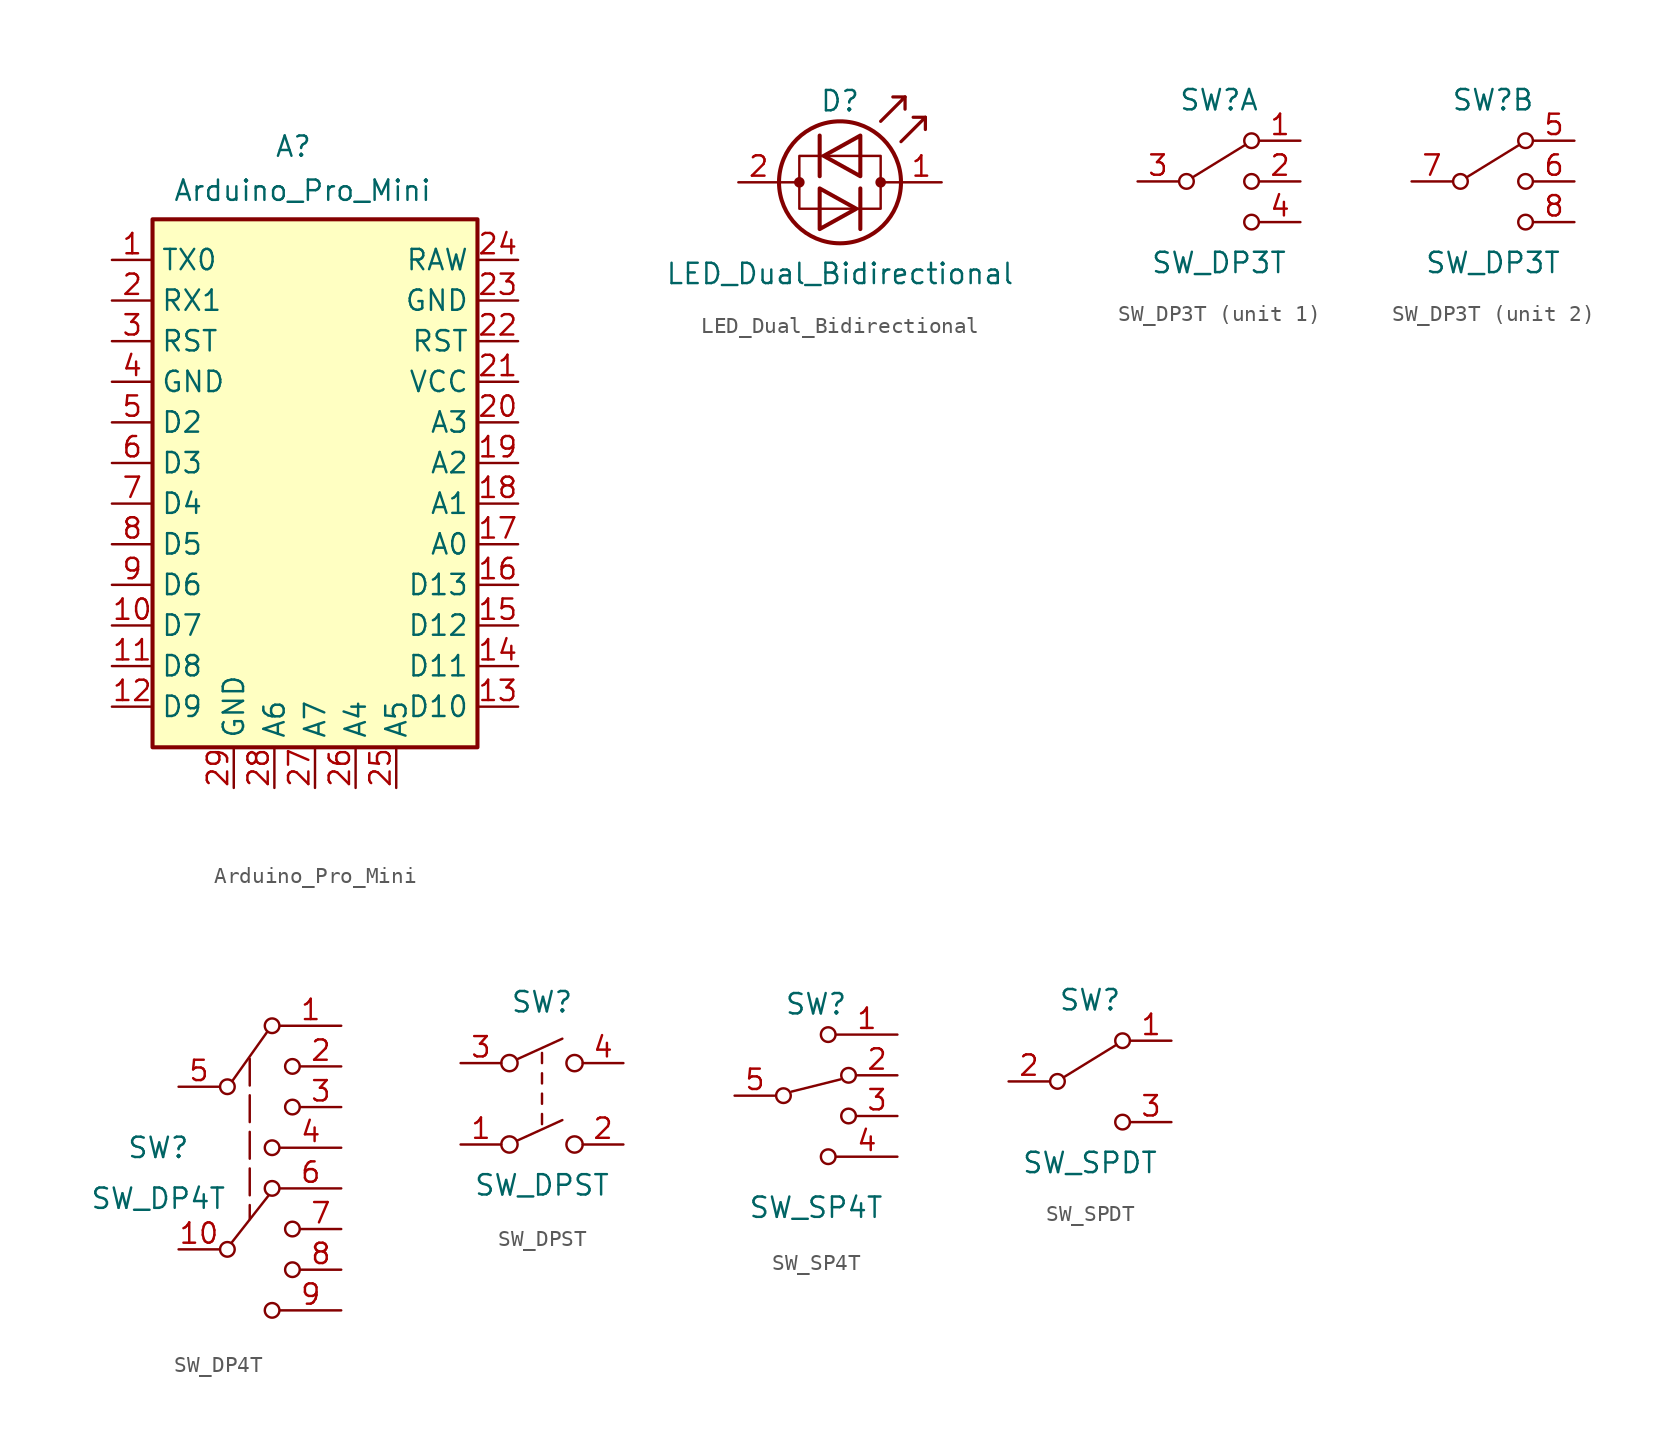
<source format=kicad_sym>
(kicad_symbol_lib
  (version 20220914)
  (generator kicad_symbol_editor)
  (symbol "Arduino_Pro_Mini"
    (property "Reference" "A"
      (at -2.54 21.59 0)
      (effects (font (size 1.27 1.27)) (justify left bottom)))
    (property "Value" "Arduino_Pro_Mini"
      (at -8.89 20.32 0)
      (effects (font (size 1.27 1.27)) (justify left top)))
    (symbol "Arduino_Pro_Mini_0_1"
      (rectangle (start -10.16 17.78) (end 10.16 -15.24) (stroke (width 0.254) (type solid)) (fill (type background))))
    (symbol "Arduino_Pro_Mini_1_1"
      (pin bidirectional line (at -12.7 15.24 0) (length 2.54) (name "TX0" (effects (font (size 1.27 1.27)))) (number "1" (effects (font (size 1.27 1.27)))))
      (pin bidirectional line (at -12.7 -7.62 0) (length 2.54) (name "D7" (effects (font (size 1.27 1.27)))) (number "10" (effects (font (size 1.27 1.27)))))
      (pin bidirectional line (at -12.7 -10.16 0) (length 2.54) (name "D8" (effects (font (size 1.27 1.27)))) (number "11" (effects (font (size 1.27 1.27)))))
      (pin bidirectional line (at -12.7 -12.7 0) (length 2.54) (name "D9" (effects (font (size 1.27 1.27)))) (number "12" (effects (font (size 1.27 1.27)))))
      (pin bidirectional line (at 12.7 -12.7 180) (length 2.54) (name "D10" (effects (font (size 1.27 1.27)))) (number "13" (effects (font (size 1.27 1.27)))))
      (pin bidirectional line (at 12.7 -10.16 180) (length 2.54) (name "D11" (effects (font (size 1.27 1.27)))) (number "14" (effects (font (size 1.27 1.27)))))
      (pin bidirectional line (at 12.7 -7.62 180) (length 2.54) (name "D12" (effects (font (size 1.27 1.27)))) (number "15" (effects (font (size 1.27 1.27)))))
      (pin bidirectional line (at 12.7 -5.08 180) (length 2.54) (name "D13" (effects (font (size 1.27 1.27)))) (number "16" (effects (font (size 1.27 1.27)))))
      (pin bidirectional line (at 12.7 -2.54 180) (length 2.54) (name "A0" (effects (font (size 1.27 1.27)))) (number "17" (effects (font (size 1.27 1.27)))))
      (pin bidirectional line (at 12.7 0 180) (length 2.54) (name "A1" (effects (font (size 1.27 1.27)))) (number "18" (effects (font (size 1.27 1.27)))))
      (pin bidirectional line (at 12.7 2.54 180) (length 2.54) (name "A2" (effects (font (size 1.27 1.27)))) (number "19" (effects (font (size 1.27 1.27)))))
      (pin bidirectional line (at -12.7 12.7 0) (length 2.54) (name "RX1" (effects (font (size 1.27 1.27)))) (number "2" (effects (font (size 1.27 1.27)))))
      (pin bidirectional line (at 12.7 5.08 180) (length 2.54) (name "A3" (effects (font (size 1.27 1.27)))) (number "20" (effects (font (size 1.27 1.27)))))
      (pin power_in line (at 12.7 7.62 180) (length 2.54) (name "VCC" (effects (font (size 1.27 1.27)))) (number "21" (effects (font (size 1.27 1.27)))))
      (pin input line (at 12.7 10.16 180) (length 2.54) (name "RST" (effects (font (size 1.27 1.27)))) (number "22" (effects (font (size 1.27 1.27)))))
      (pin power_in line (at 12.7 12.7 180) (length 2.54) (name "GND" (effects (font (size 1.27 1.27)))) (number "23" (effects (font (size 1.27 1.27)))))
      (pin power_in line (at 12.7 15.24 180) (length 2.54) (name "RAW" (effects (font (size 1.27 1.27)))) (number "24" (effects (font (size 1.27 1.27)))))
      (pin bidirectional line (at 5.08 -17.78 90) (length 2.54) (name "A5" (effects (font (size 1.27 1.27)))) (number "25" (effects (font (size 1.27 1.27)))))
      (pin bidirectional line (at 2.54 -17.78 90) (length 2.54) (name "A4" (effects (font (size 1.27 1.27)))) (number "26" (effects (font (size 1.27 1.27)))))
      (pin bidirectional line (at 0 -17.78 90) (length 2.54) (name "A7" (effects (font (size 1.27 1.27)))) (number "27" (effects (font (size 1.27 1.27)))))
      (pin bidirectional line (at -2.54 -17.78 90) (length 2.54) (name "A6" (effects (font (size 1.27 1.27)))) (number "28" (effects (font (size 1.27 1.27)))))
      (pin power_in line (at -5.08 -17.78 90) (length 2.54) (name "GND" (effects (font (size 1.27 1.27)))) (number "29" (effects (font (size 1.27 1.27)))))
      (pin input line (at -12.7 10.16 0) (length 2.54) (name "RST" (effects (font (size 1.27 1.27)))) (number "3" (effects (font (size 1.27 1.27)))))
      (pin power_in line (at -12.7 7.62 0) (length 2.54) (name "GND" (effects (font (size 1.27 1.27)))) (number "4" (effects (font (size 1.27 1.27)))))
      (pin bidirectional line (at -12.7 5.08 0) (length 2.54) (name "D2" (effects (font (size 1.27 1.27)))) (number "5" (effects (font (size 1.27 1.27)))))
      (pin bidirectional line (at -12.7 2.54 0) (length 2.54) (name "D3" (effects (font (size 1.27 1.27)))) (number "6" (effects (font (size 1.27 1.27)))))
      (pin bidirectional line (at -12.7 0 0) (length 2.54) (name "D4" (effects (font (size 1.27 1.27)))) (number "7" (effects (font (size 1.27 1.27)))))
      (pin bidirectional line (at -12.7 -2.54 0) (length 2.54) (name "D5" (effects (font (size 1.27 1.27)))) (number "8" (effects (font (size 1.27 1.27)))))
      (pin bidirectional line (at -12.7 -5.08 0) (length 2.54) (name "D6" (effects (font (size 1.27 1.27)))) (number "9" (effects (font (size 1.27 1.27)))))))
  (symbol "LED_Dual_Bidirectional"
    (pin_names
      (offset 0) hide)
    (property "Reference" "D"
      (at 0 5.08 0)
      (effects (font (size 1.27 1.27))))
    (property "Value" "LED_Dual_Bidirectional"
      (at 0 -5.715 0)
      (effects (font (size 1.27 1.27))))
    (symbol "LED_Dual_Bidirectional_0_1"
      (circle (center -2.54 0) (radius 0.254) (stroke (width 0) (type default)) (fill (type outline)))
      (rectangle (start -2.54 1.651) (end 2.54 -1.651) (stroke (width 0) (type default)) (fill (type none)))
      (polyline (pts (xy -3.81 0) (xy -2.54 0)) (stroke (width 0) (type default)) (fill (type none)))
      (polyline (pts (xy -1.27 2.921) (xy -1.27 0.381)) (stroke (width 0.254) (type default)) (fill (type none)))
      (polyline (pts (xy 1.27 -0.381) (xy 1.27 -2.921)) (stroke (width 0.254) (type default)) (fill (type none)))
      (polyline (pts (xy 3.81 0) (xy 2.54 0)) (stroke (width 0) (type default)) (fill (type outline)))
      (polyline (pts (xy 4.064 5.334) (xy 4.064 4.572)) (stroke (width 0.203) (type default)) (fill (type none)))
      (polyline (pts (xy 5.334 4.064) (xy 5.334 3.302)) (stroke (width 0.203) (type default)) (fill (type none)))
      (polyline (pts (xy 2.54 3.81) (xy 4.064 5.334) (xy 3.302 5.334)) (stroke (width 0.203) (type default)) (fill (type none)))
      (polyline (pts (xy 3.81 2.54) (xy 5.334 4.064) (xy 4.572 4.064)) (stroke (width 0.203) (type default)) (fill (type none)))
      (polyline (pts (xy -1.27 -0.381) (xy -1.27 -2.921) (xy 1.016 -1.651) (xy -1.27 -0.381)) (stroke (width 0.254) (type default)) (fill (type none)))
      (polyline (pts (xy 1.27 2.921) (xy 1.27 0.381) (xy -1.016 1.651) (xy 1.27 2.921)) (stroke (width 0.254) (type default)) (fill (type none)))
      (circle (center 2.54 0) (radius 0.254) (stroke (width 0) (type default)) (fill (type outline))))
    (symbol "LED_Dual_Bidirectional_1_1"
      (circle (center 0 0) (radius 3.81) (stroke (width 0.254) (type default)) (fill (type none)))
      (pin input line (at 6.35 0 180) (length 2.54) (name "KA" (effects (font (size 1.27 1.27)))) (number "1" (effects (font (size 1.27 1.27)))))
      (pin input line (at -6.35 0 0) (length 2.54) (name "AK" (effects (font (size 1.27 1.27)))) (number "2" (effects (font (size 1.27 1.27)))))))
  (symbol "SW_DP3T"
    (pin_names
      (offset 0) hide)
    (property "Reference" "SW"
      (at 0 5.08 0)
      (effects (font (size 1.27 1.27))))
    (property "Value" "SW_DP3T"
      (at 0 -5.08 0)
      (effects (font (size 1.27 1.27))))
    (symbol "SW_DP3T_0_1"
      (circle (center -2.032 0) (radius 0.457) (stroke (width 0) (type default)) (fill (type none)))
      (polyline (pts (xy -1.651 0.254) (xy 1.651 2.286)) (stroke (width 0) (type default)) (fill (type none)))
      (circle (center 2.032 -2.54) (radius 0.457) (stroke (width 0) (type default)) (fill (type none)))
      (circle (center 2.032 0) (radius 0.457) (stroke (width 0) (type default)) (fill (type none)))
      (circle (center 2.032 2.54) (radius 0.457) (stroke (width 0) (type default)) (fill (type none))))
    (symbol "SW_DP3T_1_1"
      (pin passive line (at 5.08 2.54 180) (length 2.54) (name "1" (effects (font (size 1.27 1.27)))) (number "1" (effects (font (size 1.27 1.27)))))
      (pin passive line (at 5.08 0 180) (length 2.54) (name "2" (effects (font (size 1.27 1.27)))) (number "2" (effects (font (size 1.27 1.27)))))
      (pin passive line (at -5.08 0 0) (length 2.54) (name "3" (effects (font (size 1.27 1.27)))) (number "3" (effects (font (size 1.27 1.27)))))
      (pin passive line (at 5.08 -2.54 180) (length 2.54) (name "4" (effects (font (size 1.27 1.27)))) (number "4" (effects (font (size 1.27 1.27))))))
    (symbol "SW_DP3T_2_1"
      (pin passive line (at 5.08 2.54 180) (length 2.54) (name "5" (effects (font (size 1.27 1.27)))) (number "5" (effects (font (size 1.27 1.27)))))
      (pin passive line (at 5.08 0 180) (length 2.54) (name "6" (effects (font (size 1.27 1.27)))) (number "6" (effects (font (size 1.27 1.27)))))
      (pin passive line (at -5.08 0 0) (length 2.54) (name "7" (effects (font (size 1.27 1.27)))) (number "7" (effects (font (size 1.27 1.27)))))
      (pin passive line (at 5.08 -2.54 180) (length 2.54) (name "8" (effects (font (size 1.27 1.27)))) (number "8" (effects (font (size 1.27 1.27)))))))
  (symbol "SW_DP4T"
    (pin_names
      (offset 0) hide)
    (property "Reference" "SW"
      (at -6.35 -3.81 0)
      (effects (font (size 1.27 1.27))))
    (property "Value" "SW_DP4T"
      (at -6.35 -6.985 0)
      (effects (font (size 1.27 1.27))))
    (symbol "SW_DP4T_0_1"
      (circle (center -2.032 -10.16) (radius 0.457) (stroke (width 0) (type solid)) (fill (type none)))
      (circle (center -2.032 0) (radius 0.457) (stroke (width 0) (type solid)) (fill (type none)))
      (polyline (pts (xy -1.778 -9.754) (xy 0.533 -6.807)) (stroke (width 0) (type solid)) (fill (type none)))
      (polyline (pts (xy -1.727 0.356) (xy 0.457 3.429)) (stroke (width 0) (type solid)) (fill (type none)))
      (circle (center 0.762 -13.97) (radius 0.457) (stroke (width 0) (type solid)) (fill (type none)))
      (circle (center 0.762 -6.35) (radius 0.457) (stroke (width 0) (type solid)) (fill (type none)))
      (circle (center 0.762 -3.81) (radius 0.457) (stroke (width 0) (type solid)) (fill (type none)))
      (circle (center 0.762 3.81) (radius 0.457) (stroke (width 0) (type solid)) (fill (type none)))
      (circle (center 2.032 -11.43) (radius 0.457) (stroke (width 0) (type solid)) (fill (type none)))
      (circle (center 2.032 -8.89) (radius 0.457) (stroke (width 0) (type solid)) (fill (type none)))
      (circle (center 2.032 -1.27) (radius 0.457) (stroke (width 0) (type solid)) (fill (type none)))
      (circle (center 2.032 1.27) (radius 0.457) (stroke (width 0) (type solid)) (fill (type none))))
    (symbol "SW_DP4T_1_1"
      (polyline (pts (xy -0.635 1.753) (xy -0.635 -8.28)) (stroke (width 0) (type dash)) (fill (type none)))
      (pin passive line (at 5.08 3.81 180) (length 3.81) (name "1" (effects (font (size 1.27 1.27)))) (number "1" (effects (font (size 1.27 1.27)))))
      (pin passive line (at -5.08 -10.16 0) (length 2.54) (name "10" (effects (font (size 1.27 1.27)))) (number "10" (effects (font (size 1.27 1.27)))))
      (pin passive line (at 5.08 1.27 180) (length 2.54) (name "2" (effects (font (size 1.27 1.27)))) (number "2" (effects (font (size 1.27 1.27)))))
      (pin passive line (at 5.08 -1.27 180) (length 2.54) (name "3" (effects (font (size 1.27 1.27)))) (number "3" (effects (font (size 1.27 1.27)))))
      (pin passive line (at 5.08 -3.81 180) (length 3.81) (name "4" (effects (font (size 1.27 1.27)))) (number "4" (effects (font (size 1.27 1.27)))))
      (pin passive line (at -5.08 0 0) (length 2.54) (name "5" (effects (font (size 1.27 1.27)))) (number "5" (effects (font (size 1.27 1.27)))))
      (pin passive line (at 5.08 -6.35 180) (length 3.81) (name "6" (effects (font (size 1.27 1.27)))) (number "6" (effects (font (size 1.27 1.27)))))
      (pin passive line (at 5.08 -8.89 180) (length 2.54) (name "7" (effects (font (size 1.27 1.27)))) (number "7" (effects (font (size 1.27 1.27)))))
      (pin passive line (at 5.08 -11.43 180) (length 2.54) (name "8" (effects (font (size 1.27 1.27)))) (number "8" (effects (font (size 1.27 1.27)))))
      (pin passive line (at 5.08 -13.97 180) (length 3.81) (name "9" (effects (font (size 1.27 1.27)))) (number "9" (effects (font (size 1.27 1.27)))))))
  (symbol "SW_DPST"
    (pin_names
      (offset 0) hide)
    (property "Reference" "SW"
      (at 0 6.35 0)
      (effects (font (size 1.27 1.27))))
    (property "Value" "SW_DPST"
      (at 0 -5.08 0)
      (effects (font (size 1.27 1.27))))
    (symbol "SW_DPST_0_0"
      (circle (center -2.032 -2.54) (radius 0.508) (stroke (width 0) (type default)) (fill (type none)))
      (circle (center -2.032 2.54) (radius 0.508) (stroke (width 0) (type default)) (fill (type none)))
      (polyline (pts (xy -1.524 -2.286) (xy 1.27 -1.016)) (stroke (width 0) (type default)) (fill (type none)))
      (polyline (pts (xy -1.524 2.794) (xy 1.27 4.064)) (stroke (width 0) (type default)) (fill (type none)))
      (polyline (pts (xy 0 -1.27) (xy 0 -0.635)) (stroke (width 0) (type default)) (fill (type none)))
      (polyline (pts (xy 0 0) (xy 0 0.635)) (stroke (width 0) (type default)) (fill (type none)))
      (polyline (pts (xy 0 1.27) (xy 0 1.905)) (stroke (width 0) (type default)) (fill (type none)))
      (polyline (pts (xy 0 2.54) (xy 0 3.175)) (stroke (width 0) (type default)) (fill (type none)))
      (circle (center 2.032 -2.54) (radius 0.508) (stroke (width 0) (type default)) (fill (type none)))
      (circle (center 2.032 2.54) (radius 0.508) (stroke (width 0) (type default)) (fill (type none))))
    (symbol "SW_DPST_1_1"
      (pin passive line (at -5.08 -2.54 0) (length 2.54) (name "1" (effects (font (size 1.27 1.27)))) (number "1" (effects (font (size 1.27 1.27)))))
      (pin passive line (at 5.08 -2.54 180) (length 2.54) (name "2" (effects (font (size 1.27 1.27)))) (number "2" (effects (font (size 1.27 1.27)))))
      (pin passive line (at -5.08 2.54 0) (length 2.54) (name "3" (effects (font (size 1.27 1.27)))) (number "3" (effects (font (size 1.27 1.27)))))
      (pin passive line (at 5.08 2.54 180) (length 2.54) (name "4" (effects (font (size 1.27 1.27)))) (number "4" (effects (font (size 1.27 1.27)))))))
  (symbol "SW_SP4T"
    (pin_names
      (offset 0) hide)
    (property "Reference" "SW"
      (at 0 5.715 0)
      (effects (font (size 1.27 1.27))))
    (property "Value" "SW_SP4T"
      (at 0 -6.985 0)
      (effects (font (size 1.27 1.27))))
    (symbol "SW_SP4T_0_1"
      (circle (center -2.032 0) (radius 0.457) (stroke (width 0) (type solid)) (fill (type none)))
      (polyline (pts (xy -1.524 0.254) (xy 1.524 1.016)) (stroke (width 0) (type solid)) (fill (type none)))
      (circle (center 0.762 -3.81) (radius 0.457) (stroke (width 0) (type solid)) (fill (type none)))
      (circle (center 0.762 3.81) (radius 0.457) (stroke (width 0) (type solid)) (fill (type none)))
      (circle (center 2.032 -1.27) (radius 0.457) (stroke (width 0) (type solid)) (fill (type none)))
      (circle (center 2.032 1.27) (radius 0.457) (stroke (width 0) (type solid)) (fill (type none))))
    (symbol "SW_SP4T_1_1"
      (pin passive line (at 5.08 3.81 180) (length 3.81) (name "1" (effects (font (size 1.27 1.27)))) (number "1" (effects (font (size 1.27 1.27)))))
      (pin passive line (at 5.08 1.27 180) (length 2.54) (name "2" (effects (font (size 1.27 1.27)))) (number "2" (effects (font (size 1.27 1.27)))))
      (pin passive line (at 5.08 -1.27 180) (length 2.54) (name "3" (effects (font (size 1.27 1.27)))) (number "3" (effects (font (size 1.27 1.27)))))
      (pin passive line (at 5.08 -3.81 180) (length 3.81) (name "4" (effects (font (size 1.27 1.27)))) (number "4" (effects (font (size 1.27 1.27)))))
      (pin passive line (at -5.08 0 0) (length 2.54) (name "5" (effects (font (size 1.27 1.27)))) (number "5" (effects (font (size 1.27 1.27)))))))
  (symbol "SW_SPDT"
    (pin_names
      (offset 0) hide)
    (property "Reference" "SW"
      (at 0 5.08 0)
      (effects (font (size 1.27 1.27))))
    (property "Value" "SW_SPDT"
      (at 0 -5.08 0)
      (effects (font (size 1.27 1.27))))
    (symbol "SW_SPDT_0_1"
      (circle (center -2.032 0) (radius 0.457) (stroke (width 0) (type default)) (fill (type none)))
      (polyline (pts (xy -1.651 0.254) (xy 1.651 2.286)) (stroke (width 0) (type default)) (fill (type none)))
      (circle (center 2.032 -2.54) (radius 0.457) (stroke (width 0) (type default)) (fill (type none)))
      (circle (center 2.032 2.54) (radius 0.457) (stroke (width 0) (type default)) (fill (type none))))
    (symbol "SW_SPDT_1_1"
      (pin passive line (at 5.08 2.54 180) (length 2.54) (name "A" (effects (font (size 1.27 1.27)))) (number "1" (effects (font (size 1.27 1.27)))))
      (pin passive line (at -5.08 0 0) (length 2.54) (name "B" (effects (font (size 1.27 1.27)))) (number "2" (effects (font (size 1.27 1.27)))))
      (pin passive line (at 5.08 -2.54 180) (length 2.54) (name "C" (effects (font (size 1.27 1.27)))) (number "3" (effects (font (size 1.27 1.27))))))))
</source>
